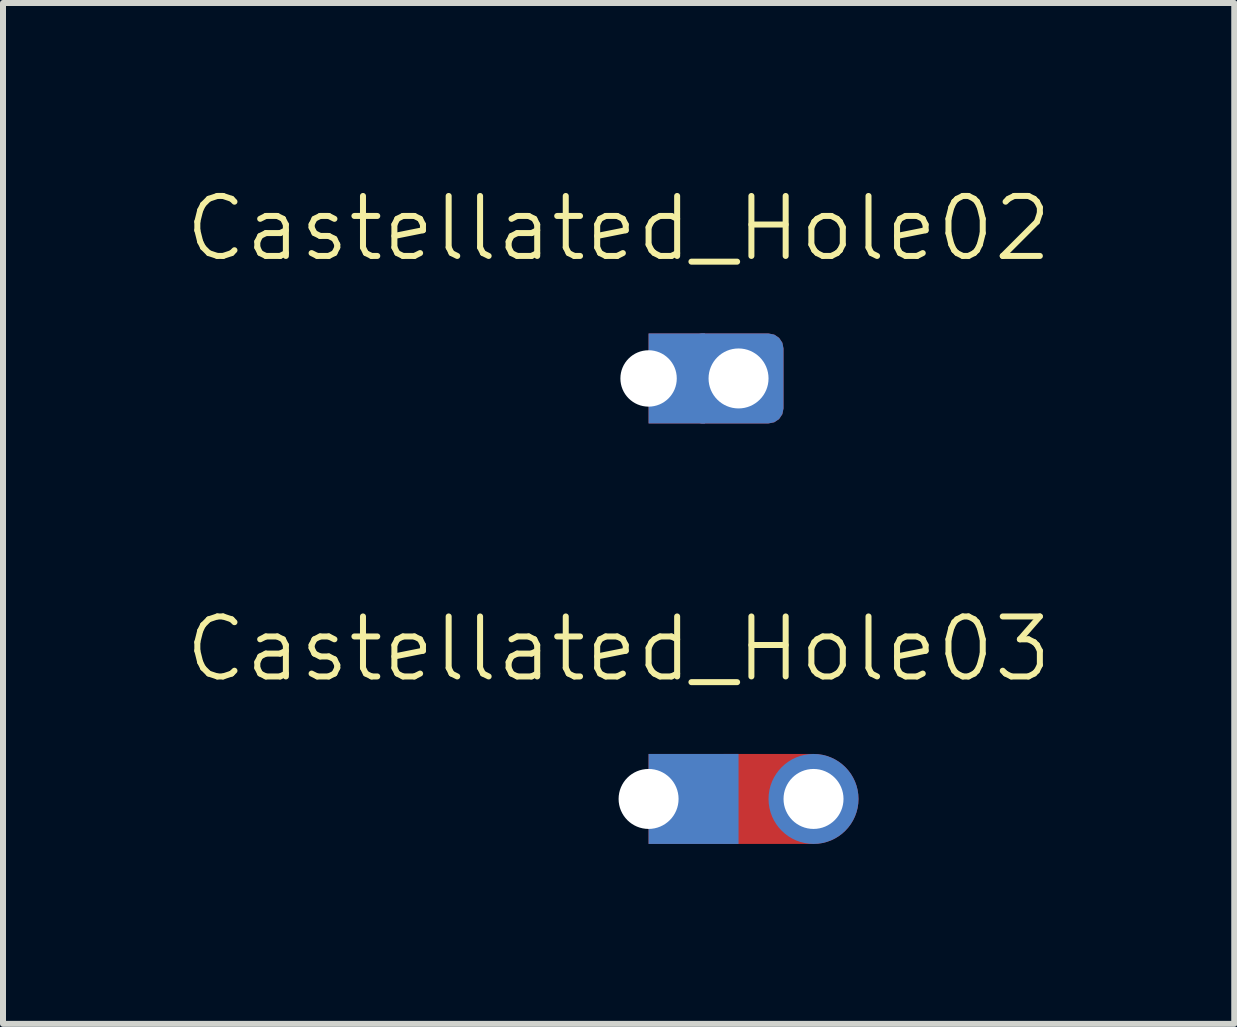
<source format=kicad_pcb>
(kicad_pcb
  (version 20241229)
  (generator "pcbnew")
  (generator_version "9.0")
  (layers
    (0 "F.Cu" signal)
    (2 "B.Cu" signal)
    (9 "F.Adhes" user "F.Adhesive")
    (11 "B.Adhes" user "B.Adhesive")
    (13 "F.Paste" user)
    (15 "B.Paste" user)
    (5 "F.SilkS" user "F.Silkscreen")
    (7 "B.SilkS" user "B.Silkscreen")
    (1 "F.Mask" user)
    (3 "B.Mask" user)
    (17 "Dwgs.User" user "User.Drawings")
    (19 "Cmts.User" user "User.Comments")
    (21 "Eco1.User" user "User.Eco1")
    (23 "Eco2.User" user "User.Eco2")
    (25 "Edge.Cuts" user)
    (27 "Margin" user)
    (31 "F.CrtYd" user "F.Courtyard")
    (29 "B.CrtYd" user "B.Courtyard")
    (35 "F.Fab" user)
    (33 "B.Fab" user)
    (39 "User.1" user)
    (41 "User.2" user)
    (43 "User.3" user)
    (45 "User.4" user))
  (footprint "Castellated_Hole02"
    (layer "F.Cu")
    (at 7.764 3.26)
    (property "Reference" "Castellated_Hole02" (at -0.5 -2.5 0) (unlocked yes) (layer "F.SilkS") (effects (font (size 1 1) (thickness 0.1))))
    (pad "1" thru_hole rect (at 0 0) (size 0.94 1.5) (drill 1 (offset 0.47 0)) (property pad_prop_castellated) (layers "*.Cu" "*.Mask"))
    (pad "1" thru_hole roundrect (at 1.5 0) (size 1.615 1.5) (drill 1 (offset -0.058 0)) (property pad_prop_castellated) (layers "*.Cu" "*.Mask") (roundrect_rratio 0.167)))
  (footprint "Castellated_Hole03"
    (layer "F.Cu")
    (at 7.764 10.271)
    (property "Reference" "Castellated_Hole03" (at -0.5 -2.5 0) (unlocked yes) (layer "F.SilkS") (effects (font (size 1 1) (thickness 0.1))))
    (pad "" smd rect (at 2 0) (size 1.5 1.5) (layers "F.Cu" "F.Mask" "F.Paste"))
    (pad "" thru_hole circle (at 2.75 0) (size 1.5 1.5) (drill 1) (property pad_prop_castellated) (layers "*.Cu" "*.Mask"))
    (pad "1" thru_hole rect (at 0 0) (size 1.5 1.5) (drill 1 (offset 0.75 0)) (property pad_prop_castellated) (layers "*.Cu" "*.Mask")))
  (gr_rect
    (start -3 -3)
    (end 17.529 14.021)
    (stroke (width 0.1) (type default))
    (fill no)
    (layer "Edge.Cuts")))
</source>
